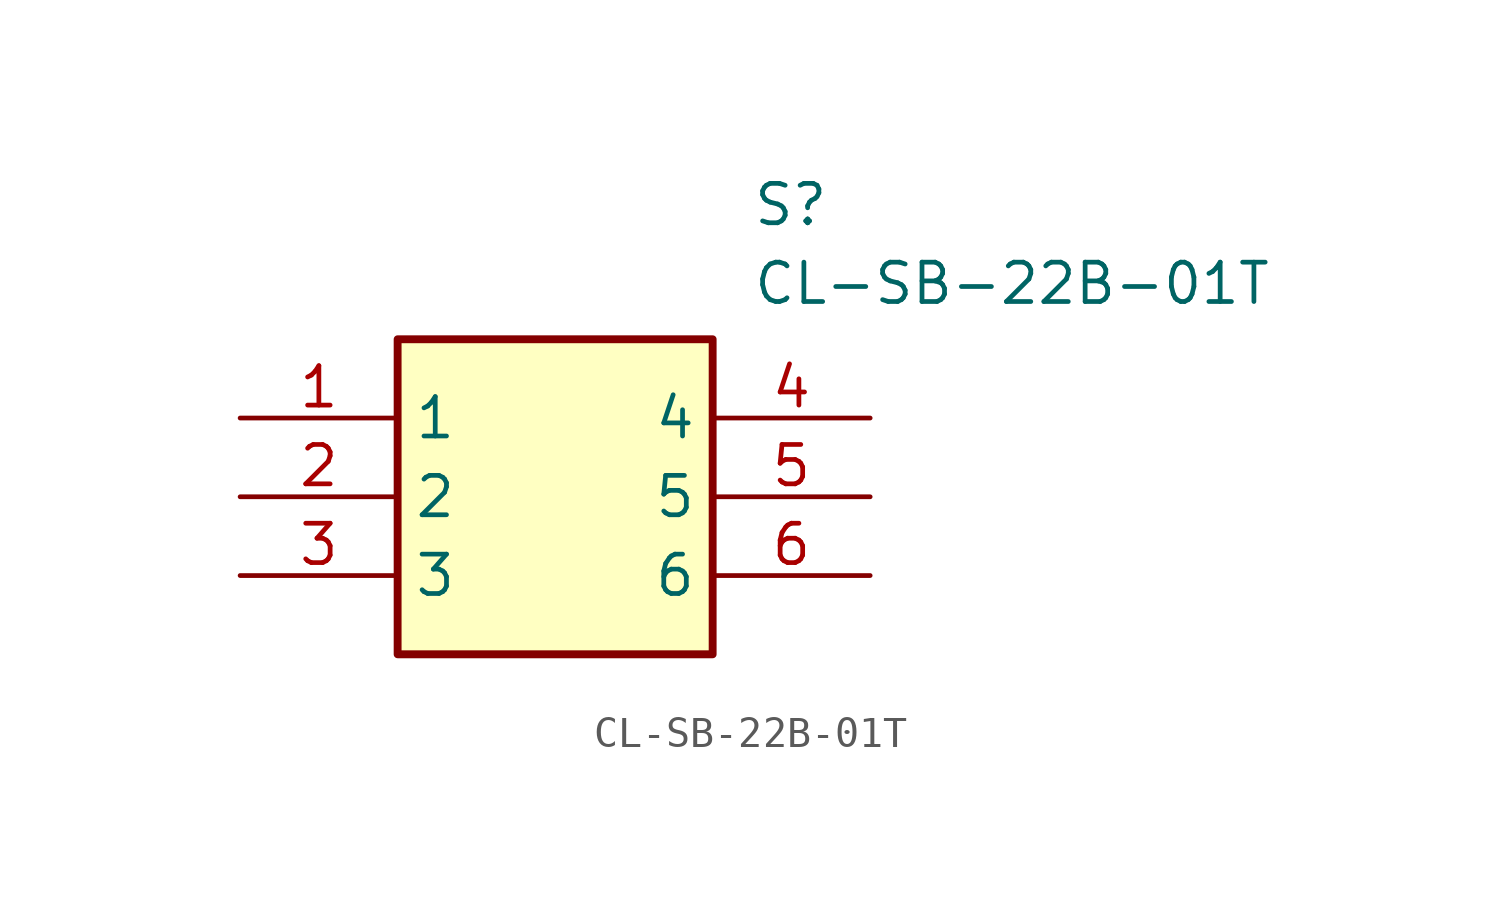
<source format=kicad_sym>
(kicad_symbol_lib
  (version 20211014)
  (generator SamacSys_ECAD_Model)
  (symbol "CL-SB-22B-01T"
    (property "Reference" "S"
      (at 16.51 7.62 0)
      (effects (font (size 1.27 1.27)) (justify left top)))
    (property "Value" "CL-SB-22B-01T"
      (at 16.51 5.08 0)
      (effects (font (size 1.27 1.27)) (justify left top)))
    (rectangle
      (start 5.08 2.54)
      (end 15.24 -7.62)
      (stroke (width 0.254) (type default))
      (fill (type background)))
    (pin passive line
      (at 0 0 0)
      (length 5.08)
      (name "1" (effects (font (size 1.27 1.27))))
      (number "1" (effects (font (size 1.27 1.27)))))
    (pin passive line
      (at 0 -2.54 0)
      (length 5.08)
      (name "2" (effects (font (size 1.27 1.27))))
      (number "2" (effects (font (size 1.27 1.27)))))
    (pin passive line
      (at 0 -5.08 0)
      (length 5.08)
      (name "3" (effects (font (size 1.27 1.27))))
      (number "3" (effects (font (size 1.27 1.27)))))
    (pin passive line
      (at 20.32 0 180)
      (length 5.08)
      (name "4" (effects (font (size 1.27 1.27))))
      (number "4" (effects (font (size 1.27 1.27)))))
    (pin passive line
      (at 20.32 -2.54 180)
      (length 5.08)
      (name "5" (effects (font (size 1.27 1.27))))
      (number "5" (effects (font (size 1.27 1.27)))))
    (pin passive line
      (at 20.32 -5.08 180)
      (length 5.08)
      (name "6" (effects (font (size 1.27 1.27))))
      (number "6" (effects (font (size 1.27 1.27)))))))
</source>
